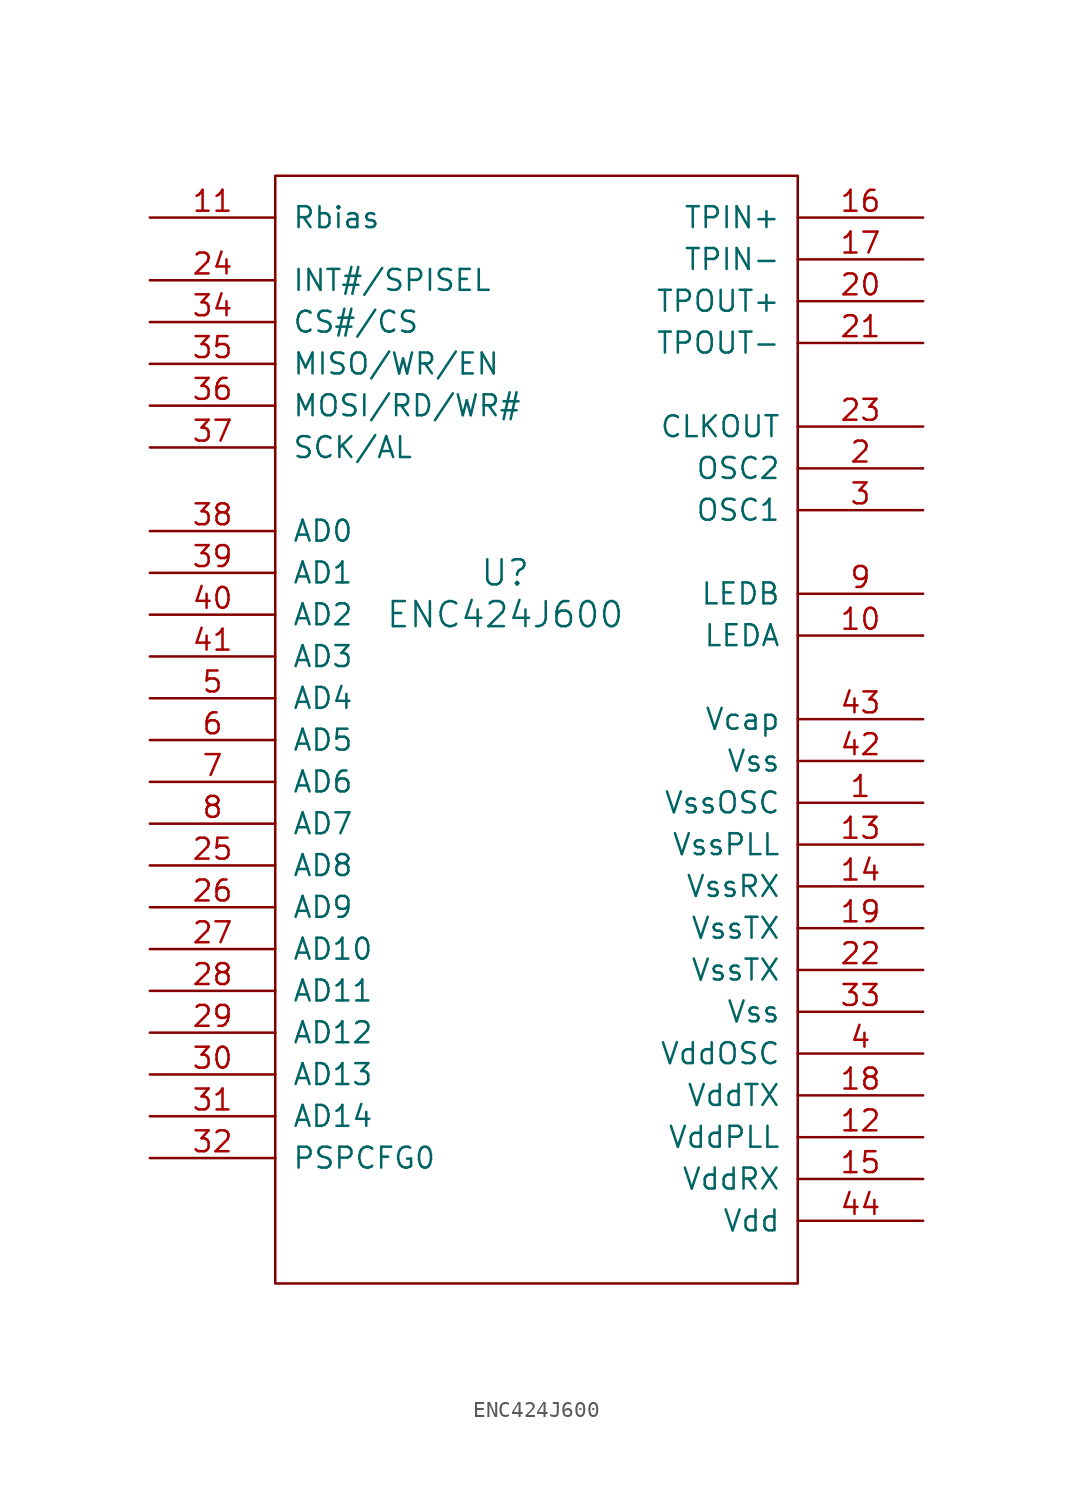
<source format=kicad_sym>
(kicad_symbol_lib
  (version 20211014)
  (generator kicad_symbol_editor)
  (symbol "ENC424J600"
    (pin_names
      (offset 1.016))
    (property "Reference" "U"
      (at 0 0 0)
      (effects (font (size 1.524 1.524))))
    (property "Value" "ENC424J600"
      (at 0 -2.54 0)
      (effects (font (size 1.524 1.524))))
    (symbol "ENC424J600_0_1"
      (rectangle (start -13.97 24.13) (end 17.78 -43.18) (stroke (width 0) (type default) (color 0 0 0 0)) (fill (type none))))
    (symbol "ENC424J600_1_1"
      (pin power_in line (at 25.4 -13.97 180) (length 7.62) (name "VssOSC" (effects (font (size 1.27 1.27)))) (number "1" (effects (font (size 1.27 1.27)))))
      (pin bidirectional line (at 25.4 -3.81 180) (length 7.62) (name "LEDA" (effects (font (size 1.27 1.27)))) (number "10" (effects (font (size 1.27 1.27)))))
      (pin bidirectional line (at -21.59 21.59 0) (length 7.62) (name "Rbias" (effects (font (size 1.27 1.27)))) (number "11" (effects (font (size 1.27 1.27)))))
      (pin power_in line (at 25.4 -34.29 180) (length 7.62) (name "VddPLL" (effects (font (size 1.27 1.27)))) (number "12" (effects (font (size 1.27 1.27)))))
      (pin power_in line (at 25.4 -16.51 180) (length 7.62) (name "VssPLL" (effects (font (size 1.27 1.27)))) (number "13" (effects (font (size 1.27 1.27)))))
      (pin power_in line (at 25.4 -19.05 180) (length 7.62) (name "VssRX" (effects (font (size 1.27 1.27)))) (number "14" (effects (font (size 1.27 1.27)))))
      (pin power_in line (at 25.4 -36.83 180) (length 7.62) (name "VddRX" (effects (font (size 1.27 1.27)))) (number "15" (effects (font (size 1.27 1.27)))))
      (pin input line (at 25.4 21.59 180) (length 7.62) (name "TPIN+" (effects (font (size 1.27 1.27)))) (number "16" (effects (font (size 1.27 1.27)))))
      (pin input line (at 25.4 19.05 180) (length 7.62) (name "TPIN-" (effects (font (size 1.27 1.27)))) (number "17" (effects (font (size 1.27 1.27)))))
      (pin power_in line (at 25.4 -31.75 180) (length 7.62) (name "VddTX" (effects (font (size 1.27 1.27)))) (number "18" (effects (font (size 1.27 1.27)))))
      (pin power_in line (at 25.4 -21.59 180) (length 7.62) (name "VssTX" (effects (font (size 1.27 1.27)))) (number "19" (effects (font (size 1.27 1.27)))))
      (pin input line (at 25.4 6.35 180) (length 7.62) (name "OSC2" (effects (font (size 1.27 1.27)))) (number "2" (effects (font (size 1.27 1.27)))))
      (pin output line (at 25.4 16.51 180) (length 7.62) (name "TPOUT+" (effects (font (size 1.27 1.27)))) (number "20" (effects (font (size 1.27 1.27)))))
      (pin output line (at 25.4 13.97 180) (length 7.62) (name "TPOUT-" (effects (font (size 1.27 1.27)))) (number "21" (effects (font (size 1.27 1.27)))))
      (pin power_in line (at 25.4 -24.13 180) (length 7.62) (name "VssTX" (effects (font (size 1.27 1.27)))) (number "22" (effects (font (size 1.27 1.27)))))
      (pin output line (at 25.4 8.89 180) (length 7.62) (name "CLKOUT" (effects (font (size 1.27 1.27)))) (number "23" (effects (font (size 1.27 1.27)))))
      (pin bidirectional line (at -21.59 17.78 0) (length 7.62) (name "INT#/SPISEL" (effects (font (size 1.27 1.27)))) (number "24" (effects (font (size 1.27 1.27)))))
      (pin bidirectional line (at -21.59 -17.78 0) (length 7.62) (name "AD8" (effects (font (size 1.27 1.27)))) (number "25" (effects (font (size 1.27 1.27)))))
      (pin bidirectional line (at -21.59 -20.32 0) (length 7.62) (name "AD9" (effects (font (size 1.27 1.27)))) (number "26" (effects (font (size 1.27 1.27)))))
      (pin bidirectional line (at -21.59 -22.86 0) (length 7.62) (name "AD10" (effects (font (size 1.27 1.27)))) (number "27" (effects (font (size 1.27 1.27)))))
      (pin bidirectional line (at -21.59 -25.4 0) (length 7.62) (name "AD11" (effects (font (size 1.27 1.27)))) (number "28" (effects (font (size 1.27 1.27)))))
      (pin bidirectional line (at -21.59 -27.94 0) (length 7.62) (name "AD12" (effects (font (size 1.27 1.27)))) (number "29" (effects (font (size 1.27 1.27)))))
      (pin input line (at 25.4 3.81 180) (length 7.62) (name "OSC1" (effects (font (size 1.27 1.27)))) (number "3" (effects (font (size 1.27 1.27)))))
      (pin bidirectional line (at -21.59 -30.48 0) (length 7.62) (name "AD13" (effects (font (size 1.27 1.27)))) (number "30" (effects (font (size 1.27 1.27)))))
      (pin bidirectional line (at -21.59 -33.02 0) (length 7.62) (name "AD14" (effects (font (size 1.27 1.27)))) (number "31" (effects (font (size 1.27 1.27)))))
      (pin bidirectional line (at -21.59 -35.56 0) (length 7.62) (name "PSPCFG0" (effects (font (size 1.27 1.27)))) (number "32" (effects (font (size 1.27 1.27)))))
      (pin power_in line (at 25.4 -26.67 180) (length 7.62) (name "Vss" (effects (font (size 1.27 1.27)))) (number "33" (effects (font (size 1.27 1.27)))))
      (pin input line (at -21.59 15.24 0) (length 7.62) (name "CS#/CS" (effects (font (size 1.27 1.27)))) (number "34" (effects (font (size 1.27 1.27)))))
      (pin output line (at -21.59 12.7 0) (length 7.62) (name "MISO/WR/EN" (effects (font (size 1.27 1.27)))) (number "35" (effects (font (size 1.27 1.27)))))
      (pin input line (at -21.59 10.16 0) (length 7.62) (name "MOSI/RD/WR#" (effects (font (size 1.27 1.27)))) (number "36" (effects (font (size 1.27 1.27)))))
      (pin input line (at -21.59 7.62 0) (length 7.62) (name "SCK/AL" (effects (font (size 1.27 1.27)))) (number "37" (effects (font (size 1.27 1.27)))))
      (pin bidirectional line (at -21.59 2.54 0) (length 7.62) (name "AD0" (effects (font (size 1.27 1.27)))) (number "38" (effects (font (size 1.27 1.27)))))
      (pin bidirectional line (at -21.59 0 0) (length 7.62) (name "AD1" (effects (font (size 1.27 1.27)))) (number "39" (effects (font (size 1.27 1.27)))))
      (pin power_in line (at 25.4 -29.21 180) (length 7.62) (name "VddOSC" (effects (font (size 1.27 1.27)))) (number "4" (effects (font (size 1.27 1.27)))))
      (pin bidirectional line (at -21.59 -2.54 0) (length 7.62) (name "AD2" (effects (font (size 1.27 1.27)))) (number "40" (effects (font (size 1.27 1.27)))))
      (pin bidirectional line (at -21.59 -5.08 0) (length 7.62) (name "AD3" (effects (font (size 1.27 1.27)))) (number "41" (effects (font (size 1.27 1.27)))))
      (pin power_in line (at 25.4 -11.43 180) (length 7.62) (name "Vss" (effects (font (size 1.27 1.27)))) (number "42" (effects (font (size 1.27 1.27)))))
      (pin power_out line (at 25.4 -8.89 180) (length 7.62) (name "Vcap" (effects (font (size 1.27 1.27)))) (number "43" (effects (font (size 1.27 1.27)))))
      (pin power_in line (at 25.4 -39.37 180) (length 7.62) (name "Vdd" (effects (font (size 1.27 1.27)))) (number "44" (effects (font (size 1.27 1.27)))))
      (pin bidirectional line (at -21.59 -7.62 0) (length 7.62) (name "AD4" (effects (font (size 1.27 1.27)))) (number "5" (effects (font (size 1.27 1.27)))))
      (pin bidirectional line (at -21.59 -10.16 0) (length 7.62) (name "AD5" (effects (font (size 1.27 1.27)))) (number "6" (effects (font (size 1.27 1.27)))))
      (pin bidirectional line (at -21.59 -12.7 0) (length 7.62) (name "AD6" (effects (font (size 1.27 1.27)))) (number "7" (effects (font (size 1.27 1.27)))))
      (pin bidirectional line (at -21.59 -15.24 0) (length 7.62) (name "AD7" (effects (font (size 1.27 1.27)))) (number "8" (effects (font (size 1.27 1.27)))))
      (pin bidirectional line (at 25.4 -1.27 180) (length 7.62) (name "LEDB" (effects (font (size 1.27 1.27)))) (number "9" (effects (font (size 1.27 1.27))))))))
</source>
